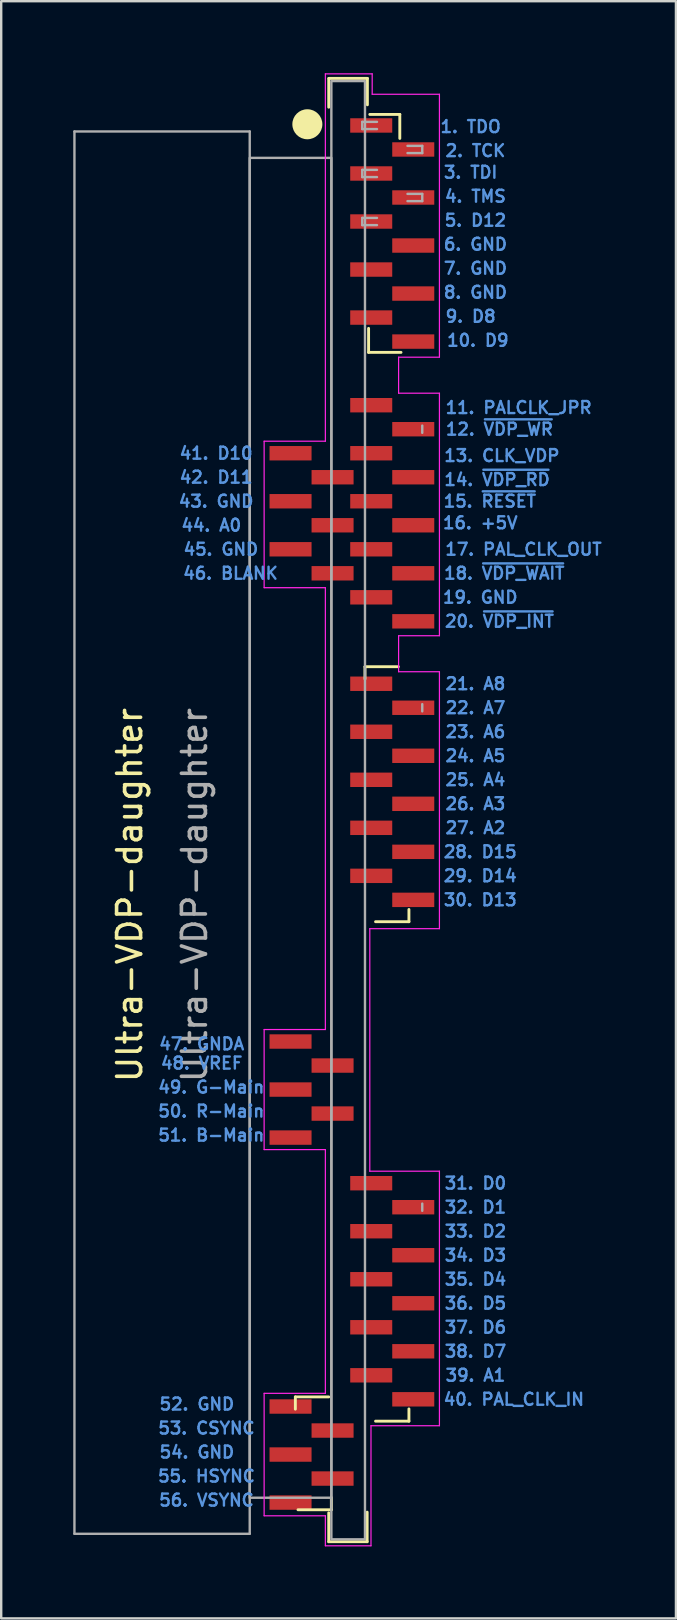
<source format=kicad_pcb>
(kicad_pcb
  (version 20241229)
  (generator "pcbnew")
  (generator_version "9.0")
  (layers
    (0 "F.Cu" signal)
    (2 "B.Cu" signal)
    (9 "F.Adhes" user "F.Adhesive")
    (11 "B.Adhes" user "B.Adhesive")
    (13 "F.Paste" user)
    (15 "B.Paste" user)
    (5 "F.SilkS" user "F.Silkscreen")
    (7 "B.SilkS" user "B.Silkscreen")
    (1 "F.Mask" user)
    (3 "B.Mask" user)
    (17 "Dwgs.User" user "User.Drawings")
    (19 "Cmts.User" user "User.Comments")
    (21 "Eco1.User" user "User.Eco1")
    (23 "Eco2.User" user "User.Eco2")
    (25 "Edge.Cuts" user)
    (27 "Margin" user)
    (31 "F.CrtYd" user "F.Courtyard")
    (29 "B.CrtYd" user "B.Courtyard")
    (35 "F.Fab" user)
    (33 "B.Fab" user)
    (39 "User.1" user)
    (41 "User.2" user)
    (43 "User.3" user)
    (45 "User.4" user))
  (footprint "Ultra-VDP-daughter"
    (layer "F.Cu")
    (at 6.15 34.225)
    (property "Reference" "Ultra-VDP-daughter" (at -3.8 0 270) (layer "F.SilkS") (effects (font (size 1 1) (thickness 0.15))))
    (attr smd exclude_from_bom)
    (fp_line (start 3.1 21.41) (end 3.1 20.9) (stroke (width 0.12) (type solid)) (layer "F.SilkS"))
    (fp_line (start 3.21 25.6) (end 4.6 25.6) (stroke (width 0.12) (type solid)) (layer "F.SilkS"))
    (fp_line (start 4.49 -32.81) (end 4.49 -34.01) (stroke (width 0.12) (type solid)) (layer "F.SilkS"))
    (fp_line (start 4.49 20.9) (end 3.1 20.9) (stroke (width 0.12) (type solid)) (layer "F.SilkS"))
    (fp_line (start 4.49 25.73) (end 4.49 26.93) (stroke (width 0.12) (type solid)) (layer "F.SilkS"))
    (fp_line (start 4.49 26.93) (end 6.09 26.93) (stroke (width 0.12) (type solid)) (layer "F.SilkS"))
    (fp_line (start 4.5 -34.01) (end 6.1 -34.01) (stroke (width 0.12) (type solid)) (layer "F.SilkS"))
    (fp_line (start 4.6 25.09) (end 4.6 25.6) (stroke (width 0.12) (type solid)) (layer "F.SilkS"))
    (fp_line (start 6 -9) (end 6 -9.51) (stroke (width 0.12) (type solid)) (layer "F.SilkS"))
    (fp_line (start 6.09 25.7) (end 6.09 26.93) (stroke (width 0.12) (type solid)) (layer "F.SilkS"))
    (fp_line (start 6.1 -32.91) (end 6.1 -34.01) (stroke (width 0.12) (type solid)) (layer "F.SilkS"))
    (fp_line (start 6.15 -22.6) (end 6.15 -23.6) (stroke (width 0.12) (type solid)) (layer "F.SilkS"))
    (fp_line (start 6.2 -32.51) (end 7.45 -32.51) (stroke (width 0.12) (type solid)) (layer "F.SilkS"))
    (fp_line (start 6.44 1.11) (end 7.83 1.11) (stroke (width 0.12) (type solid)) (layer "F.SilkS"))
    (fp_line (start 6.44 21.91) (end 7.83 21.91) (stroke (width 0.12) (type solid)) (layer "F.SilkS"))
    (fp_line (start 7.39 -9.51) (end 6 -9.51) (stroke (width 0.12) (type solid)) (layer "F.SilkS"))
    (fp_line (start 7.45 -32.51) (end 7.45 -31.51) (stroke (width 0.12) (type solid)) (layer "F.SilkS"))
    (fp_line (start 7.5 -22.6) (end 6.15 -22.6) (stroke (width 0.12) (type solid)) (layer "F.SilkS"))
    (fp_line (start 7.83 0.6) (end 7.83 1.11) (stroke (width 0.12) (type solid)) (layer "F.SilkS"))
    (fp_line (start 7.83 21.4) (end 7.83 21.91) (stroke (width 0.12) (type solid)) (layer "F.SilkS"))
    (fp_circle (center 3.6 -32.1) (end 4.1 -32.1) (stroke (width 0.25) (type solid)) (fill yes) (layer "F.SilkS"))
    (fp_line (start 1.8 -18.9) (end 1.8 -12.8) (stroke (width 0.05) (type solid)) (layer "F.CrtYd"))
    (fp_line (start 1.8 5.6) (end 1.8 10.6) (stroke (width 0.05) (type solid)) (layer "F.CrtYd"))
    (fp_line (start 1.8 20.75) (end 1.8 25.85) (stroke (width 0.05) (type solid)) (layer "F.CrtYd"))
    (fp_line (start 4.35 -34.2) (end 4.35 -18.9) (stroke (width 0.05) (type solid)) (layer "F.CrtYd"))
    (fp_line (start 4.35 -18.9) (end 1.8 -18.9) (stroke (width 0.05) (type solid)) (layer "F.CrtYd"))
    (fp_line (start 4.35 -12.8) (end 1.8 -12.8) (stroke (width 0.05) (type solid)) (layer "F.CrtYd"))
    (fp_line (start 4.35 -12.8) (end 4.35 5.6) (stroke (width 0.05) (type solid)) (layer "F.CrtYd"))
    (fp_line (start 4.35 5.6) (end 1.8 5.6) (stroke (width 0.05) (type solid)) (layer "F.CrtYd"))
    (fp_line (start 4.35 10.6) (end 1.8 10.6) (stroke (width 0.05) (type solid)) (layer "F.CrtYd"))
    (fp_line (start 4.35 10.6) (end 4.35 20.75) (stroke (width 0.05) (type solid)) (layer "F.CrtYd"))
    (fp_line (start 4.35 20.75) (end 1.8 20.75) (stroke (width 0.05) (type solid)) (layer "F.CrtYd"))
    (fp_line (start 4.35 25.85) (end 1.8 25.85) (stroke (width 0.05) (type solid)) (layer "F.CrtYd"))
    (fp_line (start 4.35 25.85) (end 4.35 27.1) (stroke (width 0.05) (type solid)) (layer "F.CrtYd"))
    (fp_line (start 6.2 1.4) (end 9.1 1.4) (stroke (width 0.05) (type solid)) (layer "F.CrtYd"))
    (fp_line (start 6.2 11.5) (end 6.2 1.4) (stroke (width 0.05) (type solid)) (layer "F.CrtYd"))
    (fp_line (start 6.2 11.5) (end 9.1 11.5) (stroke (width 0.05) (type solid)) (layer "F.CrtYd"))
    (fp_line (start 6.25 22.1) (end 9.1 22.1) (stroke (width 0.05) (type solid)) (layer "F.CrtYd"))
    (fp_line (start 6.25 27.1) (end 4.35 27.1) (stroke (width 0.05) (type solid)) (layer "F.CrtYd"))
    (fp_line (start 6.25 27.1) (end 6.25 22.1) (stroke (width 0.05) (type solid)) (layer "F.CrtYd"))
    (fp_line (start 6.3 -34.2) (end 4.35 -34.2) (stroke (width 0.05) (type solid)) (layer "F.CrtYd"))
    (fp_line (start 6.3 -34.2) (end 6.3 -33.35) (stroke (width 0.05) (type solid)) (layer "F.CrtYd"))
    (fp_line (start 7.4 -20.9) (end 7.4 -22.4) (stroke (width 0.05) (type solid)) (layer "F.CrtYd"))
    (fp_line (start 7.4 -9.3) (end 7.4 -10.8) (stroke (width 0.05) (type solid)) (layer "F.CrtYd"))
    (fp_line (start 9.1 -33.35) (end 6.3 -33.35) (stroke (width 0.05) (type solid)) (layer "F.CrtYd"))
    (fp_line (start 9.1 -22.4) (end 7.4 -22.4) (stroke (width 0.05) (type solid)) (layer "F.CrtYd"))
    (fp_line (start 9.1 -22.4) (end 9.1 -33.35) (stroke (width 0.05) (type solid)) (layer "F.CrtYd"))
    (fp_line (start 9.1 -20.9) (end 7.4 -20.9) (stroke (width 0.05) (type solid)) (layer "F.CrtYd"))
    (fp_line (start 9.1 -10.8) (end 7.4 -10.8) (stroke (width 0.05) (type solid)) (layer "F.CrtYd"))
    (fp_line (start 9.1 -10.8) (end 9.1 -20.9) (stroke (width 0.05) (type solid)) (layer "F.CrtYd"))
    (fp_line (start 9.1 -9.3) (end 7.4 -9.3) (stroke (width 0.05) (type solid)) (layer "F.CrtYd"))
    (fp_line (start 9.1 1.4) (end 9.1 -9.3) (stroke (width 0.05) (type solid)) (layer "F.CrtYd"))
    (fp_line (start 9.1 22.1) (end 9.1 11.5) (stroke (width 0.05) (type solid)) (layer "F.CrtYd"))
    (fp_line (start -6.1 -31.8) (end -6.1 26.6) (stroke (width 0.1) (type solid)) (layer "F.Fab"))
    (fp_line (start -6.1 -31.8) (end 1.2 -31.8) (stroke (width 0.1) (type solid)) (layer "F.Fab"))
    (fp_line (start 1.2 -31.8) (end 1.2 26.6) (stroke (width 0.1) (type solid)) (layer "F.Fab"))
    (fp_line (start 1.2 26.6) (end -6.1 26.6) (stroke (width 0.1) (type solid)) (layer "F.Fab"))
    (fp_line (start 5.885 -32.2) (end 5.885 -31.9) (stroke (width 0.1) (type solid)) (layer "F.Fab"))
    (fp_line (start 5.885 -31.9) (end 6.5 -31.9) (stroke (width 0.1) (type solid)) (layer "F.Fab"))
    (fp_line (start 5.885 -30.2) (end 5.885 -29.9) (stroke (width 0.1) (type solid)) (layer "F.Fab"))
    (fp_line (start 5.885 -29.9) (end 6.5 -29.9) (stroke (width 0.1) (type solid)) (layer "F.Fab"))
    (fp_line (start 5.885 -28.2) (end 5.885 -27.9) (stroke (width 0.1) (type solid)) (layer "F.Fab"))
    (fp_line (start 5.885 -27.9) (end 6.5 -27.9) (stroke (width 0.1) (type solid)) (layer "F.Fab"))
    (fp_line (start 6.5 -32.2) (end 5.885 -32.2) (stroke (width 0.1) (type solid)) (layer "F.Fab"))
    (fp_line (start 6.5 -30.2) (end 5.885 -30.2) (stroke (width 0.1) (type solid)) (layer "F.Fab"))
    (fp_line (start 6.5 -28.2) (end 5.885 -28.2) (stroke (width 0.1) (type solid)) (layer "F.Fab"))
    (fp_line (start 7.77 -31.2) (end 8.385 -31.2) (stroke (width 0.1) (type solid)) (layer "F.Fab"))
    (fp_line (start 7.77 -29.2) (end 8.385 -29.2) (stroke (width 0.1) (type solid)) (layer "F.Fab"))
    (fp_line (start 8.385 -31.2) (end 8.385 -30.9) (stroke (width 0.1) (type solid)) (layer "F.Fab"))
    (fp_line (start 8.385 -30.9) (end 7.77 -30.9) (stroke (width 0.1) (type solid)) (layer "F.Fab"))
    (fp_line (start 8.385 -29.2) (end 8.385 -28.9) (stroke (width 0.1) (type solid)) (layer "F.Fab"))
    (fp_line (start 8.385 -28.9) (end 7.77 -28.9) (stroke (width 0.1) (type solid)) (layer "F.Fab"))
    (fp_line (start 8.385 -19.55) (end 8.385 -19.25) (stroke (width 0.1) (type solid)) (layer "F.Fab"))
    (fp_line (start 8.385 -7.95) (end 8.385 -7.65) (stroke (width 0.1) (type solid)) (layer "F.Fab"))
    (fp_line (start 8.385 12.85) (end 8.385 13.15) (stroke (width 0.1) (type solid)) (layer "F.Fab"))
    (fp_rect (start 1.2 25.1) (end 4.6 -30.7) (stroke (width 0.1) (type solid)) (fill no) (layer "F.Fab"))
    (fp_rect (start 4.6 -33.9) (end 6 26.83) (stroke (width 0.1) (type solid)) (fill no) (layer "F.Fab"))
    (fp_text user "30. D13" (at 10.8 0.2 0) (unlocked yes) (layer "Cmts.User") (effects (font (size 0.5 0.5) (thickness 0.1))))
    (fp_text user "29. D14" (at 10.8 -0.8 0) (unlocked yes) (layer "Cmts.User") (effects (font (size 0.5 0.5) (thickness 0.1))))
    (fp_text user "7. GND" (at 10.6 -26.1 0) (unlocked yes) (layer "Cmts.User") (effects (font (size 0.5 0.5) (thickness 0.1))))
    (fp_text user "22. A7" (at 10.6 -7.8 0) (unlocked yes) (layer "Cmts.User") (effects (font (size 0.5 0.5) (thickness 0.1))))
    (fp_text user "33. D2" (at 10.6 14 0) (unlocked yes) (layer "Cmts.User") (effects (font (size 0.5 0.5) (thickness 0.1))))
    (fp_text user "6. GND" (at 10.6 -27.1 0) (unlocked yes) (layer "Cmts.User") (effects (font (size 0.5 0.5) (thickness 0.1))))
    (fp_text user "14. ~{VDP_RD}" (at 11.5 -17.3 0) (unlocked yes) (layer "Cmts.User") (effects (font (size 0.5 0.5) (thickness 0.1))))
    (fp_text user "52. GND" (at -1 21.2 0) (unlocked yes) (layer "Cmts.User") (effects (font (size 0.5 0.5) (thickness 0.1))))
    (fp_text user "34. D3" (at 10.6 15 0) (unlocked yes) (layer "Cmts.User") (effects (font (size 0.5 0.5) (thickness 0.1))))
    (fp_text user "24. A5" (at 10.6 -5.8 0) (unlocked yes) (layer "Cmts.User") (effects (font (size 0.5 0.5) (thickness 0.1))))
    (fp_text user "45. GND" (at 0 -14.4 0) (unlocked yes) (layer "Cmts.User") (effects (font (size 0.5 0.5) (thickness 0.1))))
    (fp_text user "44. A0" (at -0.4 -15.4 0) (unlocked yes) (layer "Cmts.User") (effects (font (size 0.5 0.5) (thickness 0.1))))
    (fp_text user "1. TDO" (at 10.4 -32 0) (unlocked yes) (layer "Cmts.User") (effects (font (size 0.5 0.5) (thickness 0.1))))
    (fp_text user "23. A6" (at 10.6 -6.8 0) (unlocked yes) (layer "Cmts.User") (effects (font (size 0.5 0.5) (thickness 0.1))))
    (fp_text user "42. D11" (at -0.2 -17.4 0) (unlocked yes) (layer "Cmts.User") (effects (font (size 0.5 0.5) (thickness 0.1))))
    (fp_text user "32. D1" (at 10.6 13 0) (unlocked yes) (layer "Cmts.User") (effects (font (size 0.5 0.5) (thickness 0.1))))
    (fp_text user "38. D7" (at 10.6 19 0) (unlocked yes) (layer "Cmts.User") (effects (font (size 0.5 0.5) (thickness 0.1))))
    (fp_text user "5. D12" (at 10.6 -28.1 0) (unlocked yes) (layer "Cmts.User") (effects (font (size 0.5 0.5) (thickness 0.1))))
    (fp_text user "2. TCK" (at 10.6 -31 0) (unlocked yes) (layer "Cmts.User") (effects (font (size 0.5 0.5) (thickness 0.1))))
    (fp_text user "31. D0" (at 10.6 12 0) (unlocked yes) (layer "Cmts.User") (effects (font (size 0.5 0.5) (thickness 0.1))))
    (fp_text user "35. D4" (at 10.6 16 0) (unlocked yes) (layer "Cmts.User") (effects (font (size 0.5 0.5) (thickness 0.1))))
    (fp_text user "10. D9" (at 10.7 -23.1 0) (unlocked yes) (layer "Cmts.User") (effects (font (size 0.5 0.5) (thickness 0.1))))
    (fp_text user "25. A4" (at 10.6 -4.8 0) (unlocked yes) (layer "Cmts.User") (effects (font (size 0.5 0.5) (thickness 0.1))))
    (fp_text user "40. PAL_CLK_IN" (at 12.2 21 0) (unlocked yes) (layer "Cmts.User") (effects (font (size 0.5 0.5) (thickness 0.1))))
    (fp_text user "16. +5V" (at 10.8 -15.5 0) (unlocked yes) (layer "Cmts.User") (effects (font (size 0.5 0.5) (thickness 0.1))))
    (fp_text user "18. ~{VDP_WAIT}" (at 11.8 -13.4 0) (unlocked yes) (layer "Cmts.User") (effects (font (size 0.5 0.5) (thickness 0.1))))
    (fp_text user "11. PALCLK_JPR" (at 12.4 -20.3 0) (unlocked yes) (layer "Cmts.User") (effects (font (size 0.5 0.5) (thickness 0.1))))
    (fp_text user "17. PAL_CLK_OUT" (at 12.6 -14.4 0) (unlocked yes) (layer "Cmts.User") (effects (font (size 0.5 0.5) (thickness 0.1))))
    (fp_text user "20. ~{VDP_INT}" (at 11.6 -11.4 0) (unlocked yes) (layer "Cmts.User") (effects (font (size 0.5 0.5) (thickness 0.1))))
    (fp_text user "43. GND" (at -0.2 -16.4 0) (unlocked yes) (layer "Cmts.User") (effects (font (size 0.5 0.5) (thickness 0.1))))
    (fp_text user "36. D5" (at 10.6 17 0) (unlocked yes) (layer "Cmts.User") (effects (font (size 0.5 0.5) (thickness 0.1))))
    (fp_text user "41. D10" (at -0.2 -18.4 0) (unlocked yes) (layer "Cmts.User") (effects (font (size 0.5 0.5) (thickness 0.1))))
    (fp_text user "53. CSYNC" (at -0.6 22.2 0) (unlocked yes) (layer "Cmts.User") (effects (font (size 0.5 0.5) (thickness 0.1))))
    (fp_text user "56. VSYNC" (at -0.6 25.2 0) (unlocked yes) (layer "Cmts.User") (effects (font (size 0.5 0.5) (thickness 0.1))))
    (fp_text user "37. D6" (at 10.6 18 0) (unlocked yes) (layer "Cmts.User") (effects (font (size 0.5 0.5) (thickness 0.1))))
    (fp_text user "27. A2" (at 10.6 -2.8 0) (unlocked yes) (layer "Cmts.User") (effects (font (size 0.5 0.5) (thickness 0.1))))
    (fp_text user "50. R-Main" (at -0.4 9 0) (unlocked yes) (layer "Cmts.User") (effects (font (size 0.5 0.5) (thickness 0.1))))
    (fp_text user "15. ~{RESET}" (at 11.2 -16.4 0) (unlocked yes) (layer "Cmts.User") (effects (font (size 0.5 0.5) (thickness 0.1))))
    (fp_text user "21. A8" (at 10.6 -8.8 0) (unlocked yes) (layer "Cmts.User") (effects (font (size 0.5 0.5) (thickness 0.1))))
    (fp_text user "3. TDI" (at 10.4 -30.1 0) (unlocked yes) (layer "Cmts.User") (effects (font (size 0.5 0.5) (thickness 0.1))))
    (fp_text user "13. CLK_VDP" (at 11.7 -18.3 0) (unlocked yes) (layer "Cmts.User") (effects (font (size 0.5 0.5) (thickness 0.1))))
    (fp_text user "26. A3" (at 10.6 -3.8 0) (unlocked yes) (layer "Cmts.User") (effects (font (size 0.5 0.5) (thickness 0.1))))
    (fp_text user "8. GND" (at 10.6 -25.1 0) (unlocked yes) (layer "Cmts.User") (effects (font (size 0.5 0.5) (thickness 0.1))))
    (fp_text user "9. D8" (at 10.4 -24.1 0) (unlocked yes) (layer "Cmts.User") (effects (font (size 0.5 0.5) (thickness 0.1))))
    (fp_text user "12. ~{VDP_WR}" (at 11.6 -19.4 0) (unlocked yes) (layer "Cmts.User") (effects (font (size 0.5 0.5) (thickness 0.1))))
    (fp_text user "28. D15" (at 10.8 -1.8 0) (unlocked yes) (layer "Cmts.User") (effects (font (size 0.5 0.5) (thickness 0.1))))
    (fp_text user "48. VREF" (at -0.8 7 0) (unlocked yes) (layer "Cmts.User") (effects (font (size 0.5 0.5) (thickness 0.1))))
    (fp_text user "55. HSYNC" (at -0.6 24.2 0) (unlocked yes) (layer "Cmts.User") (effects (font (size 0.5 0.5) (thickness 0.1))))
    (fp_text user "49. G-Main" (at -0.4 8 0) (unlocked yes) (layer "Cmts.User") (effects (font (size 0.5 0.5) (thickness 0.1))))
    (fp_text user "19. GND" (at 10.8 -12.4 0) (unlocked yes) (layer "Cmts.User") (effects (font (size 0.5 0.5) (thickness 0.1))))
    (fp_text user "46. BLANK" (at 0.4 -13.4 0) (unlocked yes) (layer "Cmts.User") (effects (font (size 0.5 0.5) (thickness 0.1))))
    (fp_text user "54. GND" (at -1 23.2 0) (unlocked yes) (layer "Cmts.User") (effects (font (size 0.5 0.5) (thickness 0.1))))
    (fp_text user "47. GNDA" (at -0.8 6.2 0) (unlocked yes) (layer "Cmts.User") (effects (font (size 0.5 0.5) (thickness 0.1))))
    (fp_text user "4. TMS" (at 10.6 -29.1 0) (unlocked yes) (layer "Cmts.User") (effects (font (size 0.5 0.5) (thickness 0.1))))
    (fp_text user "39. A1" (at 10.6 20 0) (unlocked yes) (layer "Cmts.User") (effects (font (size 0.5 0.5) (thickness 0.1))))
    (fp_text user "51. B-Main" (at -0.4 10 0) (unlocked yes) (layer "Cmts.User") (effects (font (size 0.5 0.5) (thickness 0.1))))
    (fp_text user "${REFERENCE}" (at -1.1 0 90) (layer "F.Fab") (effects (font (size 1 1) (thickness 0.15))))
    (pad "1" smd rect (at 6.26 -32.05) (size 1.75 0.6) (layers "F.Cu" "F.Mask" "F.Paste"))
    (pad "2" smd rect (at 8.01 -31.05) (size 1.75 0.6) (layers "F.Cu" "F.Mask" "F.Paste"))
    (pad "3" smd rect (at 6.26 -30.05) (size 1.75 0.6) (layers "F.Cu" "F.Mask" "F.Paste"))
    (pad "4" smd rect (at 8.01 -29.05) (size 1.75 0.6) (layers "F.Cu" "F.Mask" "F.Paste"))
    (pad "5" smd rect (at 6.26 -28.05) (size 1.75 0.6) (layers "F.Cu" "F.Mask" "F.Paste"))
    (pad "6" smd rect (at 8.01 -27.05) (size 1.75 0.6) (layers "F.Cu" "F.Mask" "F.Paste"))
    (pad "7" smd rect (at 6.26 -26.05) (size 1.75 0.6) (layers "F.Cu" "F.Mask" "F.Paste"))
    (pad "8" smd rect (at 8.01 -25.05) (size 1.75 0.6) (layers "F.Cu" "F.Mask" "F.Paste"))
    (pad "9" smd rect (at 6.26 -24.05) (size 1.75 0.6) (layers "F.Cu" "F.Mask" "F.Paste"))
    (pad "10" smd rect (at 8.01 -23.05) (size 1.75 0.6) (layers "F.Cu" "F.Mask" "F.Paste"))
    (pad "11" smd rect (at 6.26 -20.4) (size 1.75 0.6) (layers "F.Cu" "F.Mask" "F.Paste"))
    (pad "12" smd rect (at 8.01 -19.4) (size 1.75 0.6) (layers "F.Cu" "F.Mask" "F.Paste"))
    (pad "13" smd rect (at 6.26 -18.4) (size 1.75 0.6) (layers "F.Cu" "F.Mask" "F.Paste"))
    (pad "14" smd rect (at 8.01 -17.4) (size 1.75 0.6) (layers "F.Cu" "F.Mask" "F.Paste"))
    (pad "15" smd rect (at 6.26 -16.4) (size 1.75 0.6) (layers "F.Cu" "F.Mask" "F.Paste"))
    (pad "16" smd rect (at 8.01 -15.4) (size 1.75 0.6) (layers "F.Cu" "F.Mask" "F.Paste"))
    (pad "17" smd rect (at 6.26 -14.4) (size 1.75 0.6) (layers "F.Cu" "F.Mask" "F.Paste"))
    (pad "18" smd rect (at 8.01 -13.4) (size 1.75 0.6) (layers "F.Cu" "F.Mask" "F.Paste"))
    (pad "19" smd rect (at 6.26 -12.4) (size 1.75 0.6) (layers "F.Cu" "F.Mask" "F.Paste"))
    (pad "20" smd rect (at 8.01 -11.4) (size 1.75 0.6) (layers "F.Cu" "F.Mask" "F.Paste"))
    (pad "21" smd rect (at 6.26 -8.8) (size 1.75 0.6) (layers "F.Cu" "F.Mask" "F.Paste"))
    (pad "22" smd rect (at 8.01 -7.8) (size 1.75 0.6) (layers "F.Cu" "F.Mask" "F.Paste"))
    (pad "23" smd rect (at 6.26 -6.8) (size 1.75 0.6) (layers "F.Cu" "F.Mask" "F.Paste"))
    (pad "24" smd rect (at 8.01 -5.8) (size 1.75 0.6) (layers "F.Cu" "F.Mask" "F.Paste"))
    (pad "25" smd rect (at 6.26 -4.8) (size 1.75 0.6) (layers "F.Cu" "F.Mask" "F.Paste"))
    (pad "26" smd rect (at 8.01 -3.8) (size 1.75 0.6) (layers "F.Cu" "F.Mask" "F.Paste"))
    (pad "27" smd rect (at 6.26 -2.8) (size 1.75 0.6) (layers "F.Cu" "F.Mask" "F.Paste"))
    (pad "28" smd rect (at 8.01 -1.8) (size 1.75 0.6) (layers "F.Cu" "F.Mask" "F.Paste"))
    (pad "29" smd rect (at 6.26 -0.8) (size 1.75 0.6) (layers "F.Cu" "F.Mask" "F.Paste"))
    (pad "30" smd rect (at 8.01 0.2) (size 1.75 0.6) (layers "F.Cu" "F.Mask" "F.Paste"))
    (pad "31" smd rect (at 6.26 12) (size 1.75 0.6) (layers "F.Cu" "F.Mask" "F.Paste"))
    (pad "32" smd rect (at 8.01 13) (size 1.75 0.6) (layers "F.Cu" "F.Mask" "F.Paste"))
    (pad "33" smd rect (at 6.26 14) (size 1.75 0.6) (layers "F.Cu" "F.Mask" "F.Paste"))
    (pad "34" smd rect (at 8.01 15) (size 1.75 0.6) (layers "F.Cu" "F.Mask" "F.Paste"))
    (pad "35" smd rect (at 6.26 16) (size 1.75 0.6) (layers "F.Cu" "F.Mask" "F.Paste"))
    (pad "36" smd rect (at 8.01 17) (size 1.75 0.6) (layers "F.Cu" "F.Mask" "F.Paste"))
    (pad "37" smd rect (at 6.26 18) (size 1.75 0.6) (layers "F.Cu" "F.Mask" "F.Paste"))
    (pad "38" smd rect (at 8.01 19) (size 1.75 0.6) (layers "F.Cu" "F.Mask" "F.Paste"))
    (pad "39" smd rect (at 6.26 20) (size 1.75 0.6) (layers "F.Cu" "F.Mask" "F.Paste"))
    (pad "40" smd rect (at 8.01 21) (size 1.75 0.6) (layers "F.Cu" "F.Mask" "F.Paste"))
    (pad "41" smd rect (at 2.9 -18.4) (size 1.75 0.6) (layers "F.Cu" "F.Mask" "F.Paste"))
    (pad "42" smd rect (at 4.65 -17.4) (size 1.75 0.6) (layers "F.Cu" "F.Mask" "F.Paste"))
    (pad "43" smd rect (at 2.9 -16.4) (size 1.75 0.6) (layers "F.Cu" "F.Mask" "F.Paste"))
    (pad "44" smd rect (at 4.65 -15.4) (size 1.75 0.6) (layers "F.Cu" "F.Mask" "F.Paste"))
    (pad "45" smd rect (at 2.9 -14.4) (size 1.75 0.6) (layers "F.Cu" "F.Mask" "F.Paste"))
    (pad "46" smd rect (at 4.65 -13.4) (size 1.75 0.6) (layers "F.Cu" "F.Mask" "F.Paste"))
    (pad "47" smd rect (at 2.9 6.1) (size 1.75 0.6) (layers "F.Cu" "F.Mask" "F.Paste"))
    (pad "48" smd rect (at 4.65 7.1) (size 1.75 0.6) (layers "F.Cu" "F.Mask" "F.Paste"))
    (pad "49" smd rect (at 2.9 8.1) (size 1.75 0.6) (layers "F.Cu" "F.Mask" "F.Paste"))
    (pad "50" smd rect (at 4.65 9.1) (size 1.75 0.6) (layers "F.Cu" "F.Mask" "F.Paste"))
    (pad "51" smd rect (at 2.9 10.1) (size 1.75 0.6) (layers "F.Cu" "F.Mask" "F.Paste"))
    (pad "52" smd rect (at 2.9 21.3) (size 1.75 0.6) (layers "F.Cu" "F.Mask" "F.Paste"))
    (pad "53" smd rect (at 4.65 22.3) (size 1.75 0.6) (layers "F.Cu" "F.Mask" "F.Paste"))
    (pad "54" smd rect (at 2.9 23.3) (size 1.75 0.6) (layers "F.Cu" "F.Mask" "F.Paste"))
    (pad "55" smd rect (at 4.65 24.3) (size 1.75 0.6) (layers "F.Cu" "F.Mask" "F.Paste"))
    (pad "56" smd rect (at 2.9 25.3) (size 1.75 0.6) (layers "F.Cu" "F.Mask" "F.Paste")))
  (gr_rect
    (start -3 -3)
    (end 25.1 64.35)
    (stroke (width 0.1) (type default))
    (fill no)
    (layer "Edge.Cuts")))
</source>
